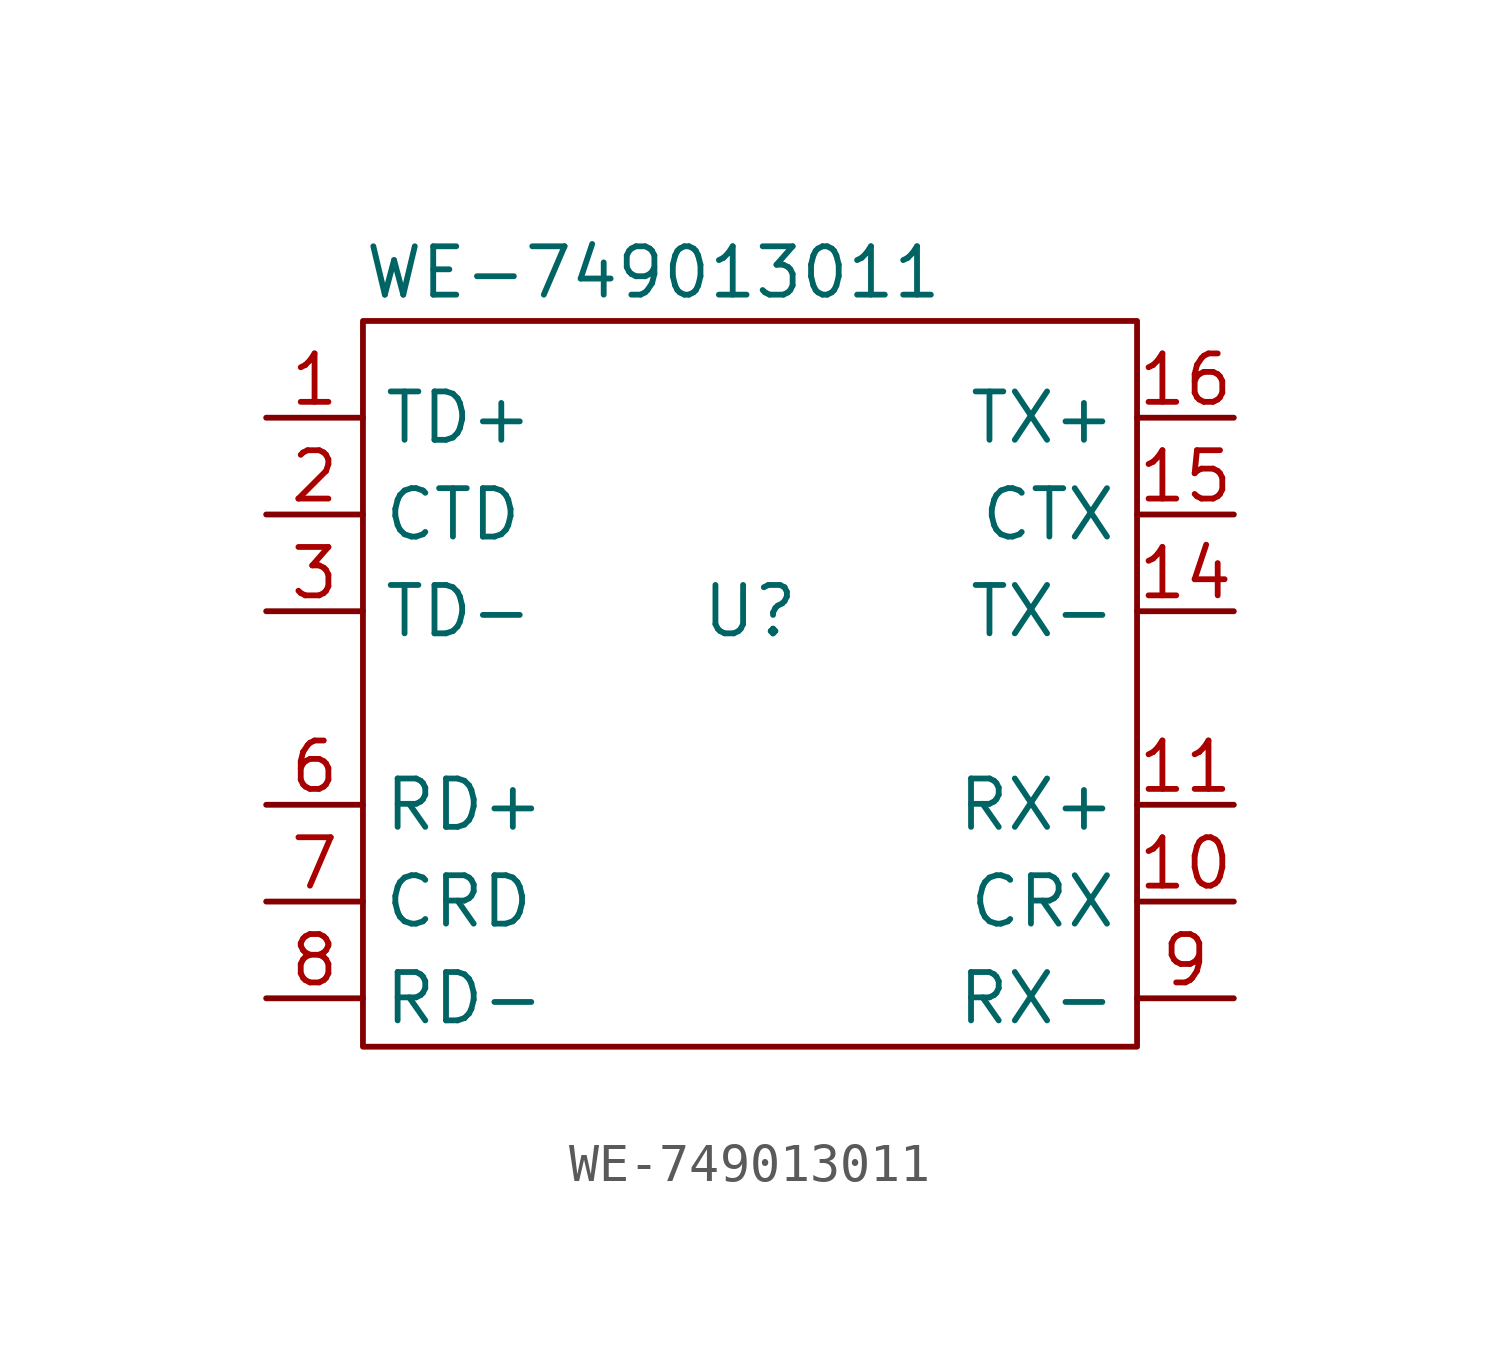
<source format=kicad_sym>
(kicad_symbol_lib
  (version 20211014)
  (generator kicad_symbol_editor)
  (symbol "WE-749013011"
    (property "Reference" "U"
      (at 0 0 0)
      (effects (font (size 1.27 1.27))))
    (property "Value" "WE-749013011"
      (at -2.54 8.89 0)
      (effects (font (size 1.27 1.27))))
    (symbol "WE-749013011_0_1"
      (rectangle (start 10.16 7.62) (end -10.16 -11.43) (stroke (width 0.152) (type default) (color 0 0 0 0)) (fill (type none))))
    (symbol "WE-749013011_1_1"
      (pin passive line (at -12.7 5.08 0) (length 2.54) (name "TD+" (effects (font (size 1.27 1.27)))) (number "1" (effects (font (size 1.27 1.27)))))
      (pin passive line (at 12.7 -7.62 180) (length 2.54) (name "CRX" (effects (font (size 1.27 1.27)))) (number "10" (effects (font (size 1.27 1.27)))))
      (pin passive line (at 12.7 -5.08 180) (length 2.54) (name "RX+" (effects (font (size 1.27 1.27)))) (number "11" (effects (font (size 1.27 1.27)))))
      (pin passive line (at 12.7 0 180) (length 2.54) (name "TX-" (effects (font (size 1.27 1.27)))) (number "14" (effects (font (size 1.27 1.27)))))
      (pin passive line (at 12.7 2.54 180) (length 2.54) (name "CTX" (effects (font (size 1.27 1.27)))) (number "15" (effects (font (size 1.27 1.27)))))
      (pin passive line (at 12.7 5.08 180) (length 2.54) (name "TX+" (effects (font (size 1.27 1.27)))) (number "16" (effects (font (size 1.27 1.27)))))
      (pin passive line (at -12.7 2.54 0) (length 2.54) (name "CTD" (effects (font (size 1.27 1.27)))) (number "2" (effects (font (size 1.27 1.27)))))
      (pin passive line (at -12.7 0 0) (length 2.54) (name "TD-" (effects (font (size 1.27 1.27)))) (number "3" (effects (font (size 1.27 1.27)))))
      (pin passive line (at -12.7 -5.08 0) (length 2.54) (name "RD+" (effects (font (size 1.27 1.27)))) (number "6" (effects (font (size 1.27 1.27)))))
      (pin passive line (at -12.7 -7.62 0) (length 2.54) (name "CRD" (effects (font (size 1.27 1.27)))) (number "7" (effects (font (size 1.27 1.27)))))
      (pin passive line (at -12.7 -10.16 0) (length 2.54) (name "RD-" (effects (font (size 1.27 1.27)))) (number "8" (effects (font (size 1.27 1.27)))))
      (pin passive line (at 12.7 -10.16 180) (length 2.54) (name "RX-" (effects (font (size 1.27 1.27)))) (number "9" (effects (font (size 1.27 1.27))))))))
</source>
